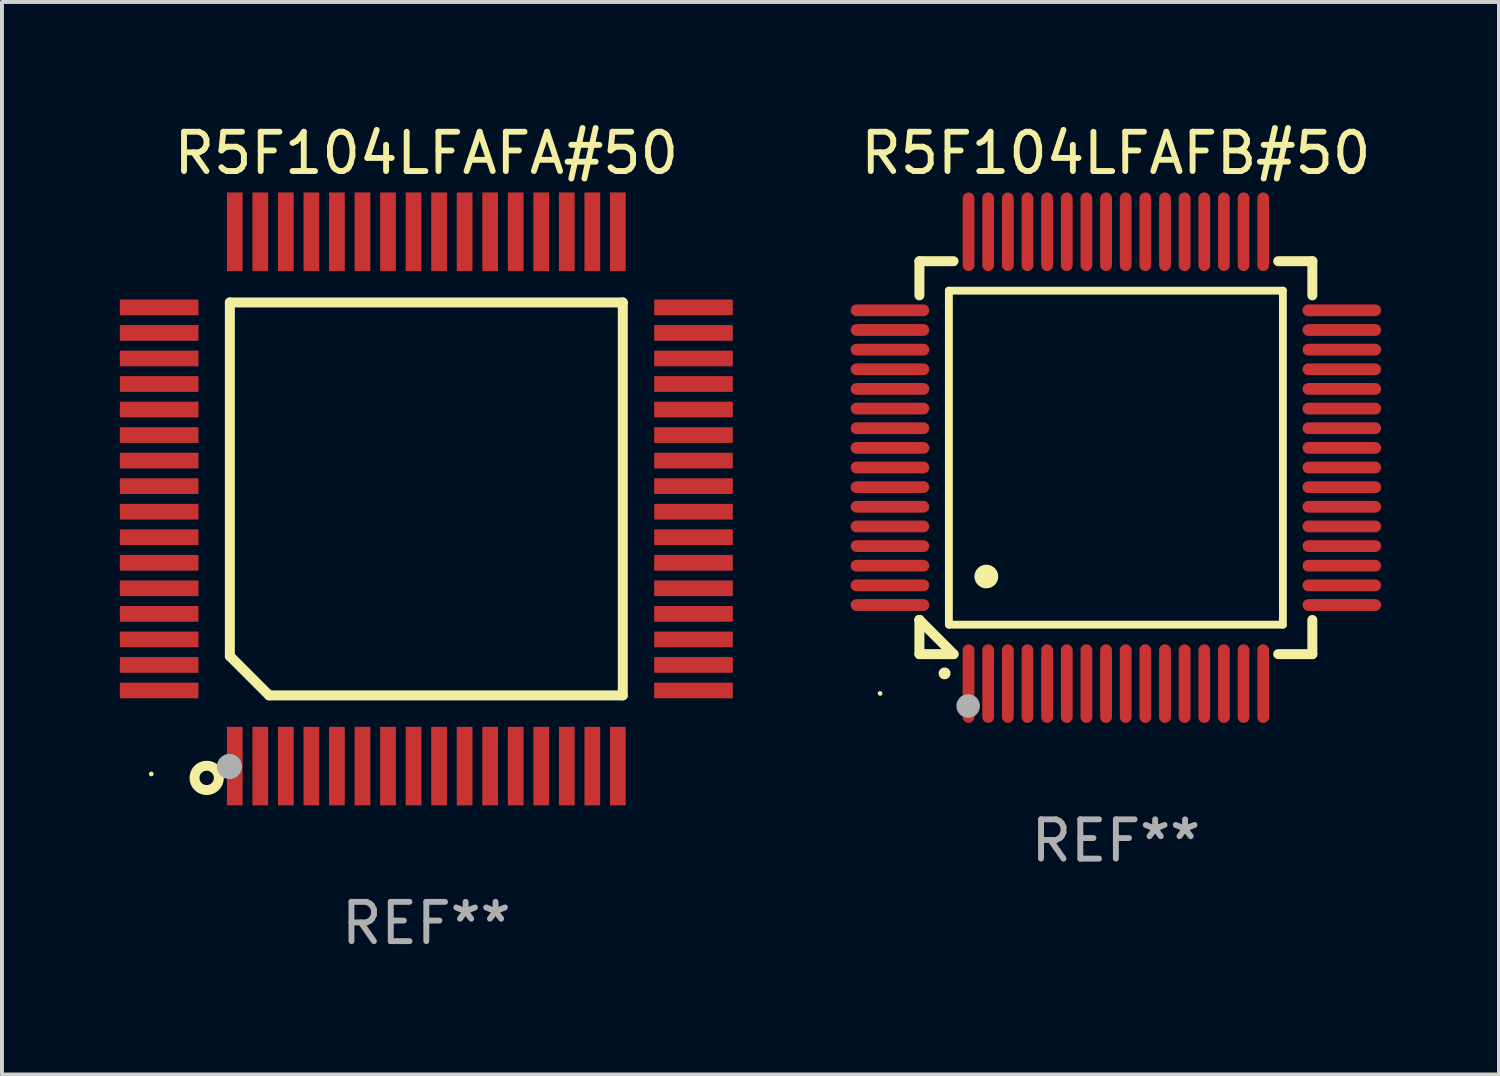
<source format=kicad_pcb>
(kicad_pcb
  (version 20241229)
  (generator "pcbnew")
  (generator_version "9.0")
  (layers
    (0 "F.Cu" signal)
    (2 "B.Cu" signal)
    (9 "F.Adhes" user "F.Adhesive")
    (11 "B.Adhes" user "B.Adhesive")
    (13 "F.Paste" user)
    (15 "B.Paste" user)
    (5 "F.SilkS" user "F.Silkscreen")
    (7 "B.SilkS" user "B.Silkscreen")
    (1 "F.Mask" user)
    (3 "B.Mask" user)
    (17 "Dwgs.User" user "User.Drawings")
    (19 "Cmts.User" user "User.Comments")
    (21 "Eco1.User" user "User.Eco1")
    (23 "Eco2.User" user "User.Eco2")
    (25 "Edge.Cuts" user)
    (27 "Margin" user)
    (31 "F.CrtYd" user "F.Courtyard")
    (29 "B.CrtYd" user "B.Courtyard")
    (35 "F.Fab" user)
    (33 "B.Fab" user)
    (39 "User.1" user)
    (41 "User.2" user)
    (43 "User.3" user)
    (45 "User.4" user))
  (footprint "R5F104LFAFB#50"
    (layer "F.Cu")
    (at 25.35 8.598)
    (property "Reference" "R5F104LFAFB#50" (at 0 -7.75 0) (layer "F.SilkS") (effects (font (size 1 1) (thickness 0.15))))
    (attr through_hole)
    (fp_line (start -5 -5) (end -4.131 -5) (stroke (width 0.254) (type solid)) (layer "F.SilkS"))
    (fp_line (start -5 -4.131) (end -5 -5) (stroke (width 0.254) (type solid)) (layer "F.SilkS"))
    (fp_line (start -5 4.131) (end -5 4.131) (stroke (width 0.254) (type solid)) (layer "F.SilkS"))
    (fp_line (start -5 5) (end -5 4.131) (stroke (width 0.254) (type solid)) (layer "F.SilkS"))
    (fp_line (start -5 4.131) (end -4.131 5) (stroke (width 0.254) (type solid)) (layer "F.SilkS"))
    (fp_line (start -4.25 -4.25) (end -4.25 4.25) (stroke (width 0.2) (type solid)) (layer "F.SilkS"))
    (fp_line (start -4.25 4.25) (end 4.25 4.25) (stroke (width 0.2) (type solid)) (layer "F.SilkS"))
    (fp_line (start -4.131 5) (end -5 5) (stroke (width 0.254) (type solid)) (layer "F.SilkS"))
    (fp_line (start 4.25 -4.25) (end -4.25 -4.25) (stroke (width 0.2) (type solid)) (layer "F.SilkS"))
    (fp_line (start 4.25 4.25) (end 4.25 -4.25) (stroke (width 0.2) (type solid)) (layer "F.SilkS"))
    (fp_line (start 5 -5) (end 4.131 -5) (stroke (width 0.254) (type solid)) (layer "F.SilkS"))
    (fp_line (start 5 -5) (end 5 -4.131) (stroke (width 0.254) (type solid)) (layer "F.SilkS"))
    (fp_line (start 5 4.131) (end 5 5) (stroke (width 0.254) (type solid)) (layer "F.SilkS"))
    (fp_line (start 5 5) (end 4.131 5) (stroke (width 0.254) (type solid)) (layer "F.SilkS"))
    (fp_arc (start -4.361265 5.489992) (mid -4.359995 5.489987) (end -4.358725 5.489992) (stroke (width 0.3) (type solid)) (layer "F.SilkS"))
    (fp_arc (start -3.299467 3.025146) (mid -3.296927 3.025135) (end -3.294387 3.025146) (stroke (width 0.6) (type solid)) (layer "F.SilkS"))
    (fp_circle (center -6 6) (end -5.97 6) (stroke (width 0.06) (type solid)) (fill no) (layer "F.SilkS"))
    (fp_circle (center -3.76 6.32) (end -3.61 6.32) (stroke (width 0.3) (type solid)) (fill no) (layer "F.Fab"))
    (fp_text user "REF**" (at 0 9.75 0) (layer "F.Fab") (effects (font (size 1 1) (thickness 0.15))))
    (pad "1" smd oval (at -3.75 5.75) (size 0.3 2) (layers "F.Cu" "F.Mask" "F.Paste"))
    (pad "2" smd oval (at -3.25 5.75) (size 0.3 2) (layers "F.Cu" "F.Mask" "F.Paste"))
    (pad "3" smd oval (at -2.75 5.75) (size 0.3 2) (layers "F.Cu" "F.Mask" "F.Paste"))
    (pad "4" smd oval (at -2.25 5.75) (size 0.3 2) (layers "F.Cu" "F.Mask" "F.Paste"))
    (pad "5" smd oval (at -1.75 5.75) (size 0.3 2) (layers "F.Cu" "F.Mask" "F.Paste"))
    (pad "6" smd oval (at -1.25 5.75) (size 0.3 2) (layers "F.Cu" "F.Mask" "F.Paste"))
    (pad "7" smd oval (at -0.75 5.75) (size 0.3 2) (layers "F.Cu" "F.Mask" "F.Paste"))
    (pad "8" smd oval (at -0.25 5.75) (size 0.3 2) (layers "F.Cu" "F.Mask" "F.Paste"))
    (pad "9" smd oval (at 0.25 5.75) (size 0.3 2) (layers "F.Cu" "F.Mask" "F.Paste"))
    (pad "10" smd oval (at 0.75 5.75) (size 0.3 2) (layers "F.Cu" "F.Mask" "F.Paste"))
    (pad "11" smd oval (at 1.25 5.75) (size 0.3 2) (layers "F.Cu" "F.Mask" "F.Paste"))
    (pad "12" smd oval (at 1.75 5.75) (size 0.3 2) (layers "F.Cu" "F.Mask" "F.Paste"))
    (pad "13" smd oval (at 2.25 5.75) (size 0.3 2) (layers "F.Cu" "F.Mask" "F.Paste"))
    (pad "14" smd oval (at 2.75 5.75) (size 0.3 2) (layers "F.Cu" "F.Mask" "F.Paste"))
    (pad "15" smd oval (at 3.25 5.75) (size 0.3 2) (layers "F.Cu" "F.Mask" "F.Paste"))
    (pad "16" smd oval (at 3.75 5.75) (size 0.3 2) (layers "F.Cu" "F.Mask" "F.Paste"))
    (pad "17" smd oval (at 5.75 3.75) (size 2 0.3) (layers "F.Cu" "F.Mask" "F.Paste"))
    (pad "18" smd oval (at 5.75 3.25) (size 2 0.3) (layers "F.Cu" "F.Mask" "F.Paste"))
    (pad "19" smd oval (at 5.75 2.75) (size 2 0.3) (layers "F.Cu" "F.Mask" "F.Paste"))
    (pad "20" smd oval (at 5.75 2.25) (size 2 0.3) (layers "F.Cu" "F.Mask" "F.Paste"))
    (pad "21" smd oval (at 5.75 1.75) (size 2 0.3) (layers "F.Cu" "F.Mask" "F.Paste"))
    (pad "22" smd oval (at 5.75 1.25) (size 2 0.3) (layers "F.Cu" "F.Mask" "F.Paste"))
    (pad "23" smd oval (at 5.75 0.75) (size 2 0.3) (layers "F.Cu" "F.Mask" "F.Paste"))
    (pad "24" smd oval (at 5.75 0.25) (size 2 0.3) (layers "F.Cu" "F.Mask" "F.Paste"))
    (pad "25" smd oval (at 5.75 -0.25) (size 2 0.3) (layers "F.Cu" "F.Mask" "F.Paste"))
    (pad "26" smd oval (at 5.75 -0.75) (size 2 0.3) (layers "F.Cu" "F.Mask" "F.Paste"))
    (pad "27" smd oval (at 5.75 -1.25) (size 2 0.3) (layers "F.Cu" "F.Mask" "F.Paste"))
    (pad "28" smd oval (at 5.75 -1.75) (size 2 0.3) (layers "F.Cu" "F.Mask" "F.Paste"))
    (pad "29" smd oval (at 5.75 -2.25) (size 2 0.3) (layers "F.Cu" "F.Mask" "F.Paste"))
    (pad "30" smd oval (at 5.75 -2.75) (size 2 0.3) (layers "F.Cu" "F.Mask" "F.Paste"))
    (pad "31" smd oval (at 5.75 -3.25) (size 2 0.3) (layers "F.Cu" "F.Mask" "F.Paste"))
    (pad "32" smd oval (at 5.75 -3.75) (size 2 0.3) (layers "F.Cu" "F.Mask" "F.Paste"))
    (pad "33" smd oval (at 3.75 -5.75) (size 0.3 2) (layers "F.Cu" "F.Mask" "F.Paste"))
    (pad "34" smd oval (at 3.25 -5.75) (size 0.3 2) (layers "F.Cu" "F.Mask" "F.Paste"))
    (pad "35" smd oval (at 2.75 -5.75) (size 0.3 2) (layers "F.Cu" "F.Mask" "F.Paste"))
    (pad "36" smd oval (at 2.25 -5.75) (size 0.3 2) (layers "F.Cu" "F.Mask" "F.Paste"))
    (pad "37" smd oval (at 1.75 -5.75) (size 0.3 2) (layers "F.Cu" "F.Mask" "F.Paste"))
    (pad "38" smd oval (at 1.25 -5.75) (size 0.3 2) (layers "F.Cu" "F.Mask" "F.Paste"))
    (pad "39" smd oval (at 0.75 -5.75) (size 0.3 2) (layers "F.Cu" "F.Mask" "F.Paste"))
    (pad "40" smd oval (at 0.25 -5.75) (size 0.3 2) (layers "F.Cu" "F.Mask" "F.Paste"))
    (pad "41" smd oval (at -0.25 -5.75) (size 0.3 2) (layers "F.Cu" "F.Mask" "F.Paste"))
    (pad "42" smd oval (at -0.75 -5.75) (size 0.3 2) (layers "F.Cu" "F.Mask" "F.Paste"))
    (pad "43" smd oval (at -1.25 -5.75) (size 0.3 2) (layers "F.Cu" "F.Mask" "F.Paste"))
    (pad "44" smd oval (at -1.75 -5.75) (size 0.3 2) (layers "F.Cu" "F.Mask" "F.Paste"))
    (pad "45" smd oval (at -2.25 -5.75) (size 0.3 2) (layers "F.Cu" "F.Mask" "F.Paste"))
    (pad "46" smd oval (at -2.75 -5.75) (size 0.3 2) (layers "F.Cu" "F.Mask" "F.Paste"))
    (pad "47" smd oval (at -3.25 -5.75) (size 0.3 2) (layers "F.Cu" "F.Mask" "F.Paste"))
    (pad "48" smd oval (at -3.75 -5.75) (size 0.3 2) (layers "F.Cu" "F.Mask" "F.Paste"))
    (pad "49" smd oval (at -5.75 -3.75) (size 2 0.3) (layers "F.Cu" "F.Mask" "F.Paste"))
    (pad "50" smd oval (at -5.75 -3.25) (size 2 0.3) (layers "F.Cu" "F.Mask" "F.Paste"))
    (pad "51" smd oval (at -5.75 -2.75) (size 2 0.3) (layers "F.Cu" "F.Mask" "F.Paste"))
    (pad "52" smd oval (at -5.75 -2.25) (size 2 0.3) (layers "F.Cu" "F.Mask" "F.Paste"))
    (pad "53" smd oval (at -5.75 -1.75) (size 2 0.3) (layers "F.Cu" "F.Mask" "F.Paste"))
    (pad "54" smd oval (at -5.75 -1.25) (size 2 0.3) (layers "F.Cu" "F.Mask" "F.Paste"))
    (pad "55" smd oval (at -5.75 -0.75) (size 2 0.3) (layers "F.Cu" "F.Mask" "F.Paste"))
    (pad "56" smd oval (at -5.75 -0.25) (size 2 0.3) (layers "F.Cu" "F.Mask" "F.Paste"))
    (pad "57" smd oval (at -5.75 0.25) (size 2 0.3) (layers "F.Cu" "F.Mask" "F.Paste"))
    (pad "58" smd oval (at -5.75 0.75) (size 2 0.3) (layers "F.Cu" "F.Mask" "F.Paste"))
    (pad "59" smd oval (at -5.75 1.25) (size 2 0.3) (layers "F.Cu" "F.Mask" "F.Paste"))
    (pad "60" smd oval (at -5.75 1.75) (size 2 0.3) (layers "F.Cu" "F.Mask" "F.Paste"))
    (pad "61" smd oval (at -5.75 2.25) (size 2 0.3) (layers "F.Cu" "F.Mask" "F.Paste"))
    (pad "62" smd oval (at -5.75 2.75) (size 2 0.3) (layers "F.Cu" "F.Mask" "F.Paste"))
    (pad "63" smd oval (at -5.75 3.25) (size 2 0.3) (layers "F.Cu" "F.Mask" "F.Paste"))
    (pad "64" smd oval (at -5.75 3.75) (size 2 0.3) (layers "F.Cu" "F.Mask" "F.Paste")))
  (footprint "R5F104LFAFA#50"
    (layer "F.Cu")
    (at 7.8 9.648)
    (property "Reference" "R5F104LFAFA#50" (at 0 -8.8 0) (layer "F.SilkS") (effects (font (size 1 1) (thickness 0.15))))
    (attr through_hole)
    (fp_line (start -5 -5) (end 5 -5) (stroke (width 0.254) (type solid)) (layer "F.SilkS"))
    (fp_line (start -5 4) (end -5 -5) (stroke (width 0.254) (type solid)) (layer "F.SilkS"))
    (fp_line (start -4 5) (end -5 4) (stroke (width 0.254) (type solid)) (layer "F.SilkS"))
    (fp_line (start 5 -5) (end 5 5) (stroke (width 0.254) (type solid)) (layer "F.SilkS"))
    (fp_line (start 5 5) (end -4 5) (stroke (width 0.254) (type solid)) (layer "F.SilkS"))
    (fp_circle (center -7 7) (end -6.97 7) (stroke (width 0.06) (type solid)) (fill no) (layer "F.SilkS"))
    (fp_circle (center -5.59 7.1) (end -5.28 7.1) (stroke (width 0.254) (type solid)) (fill no) (layer "F.SilkS"))
    (fp_circle (center -5.01 6.81) (end -4.85 6.81) (stroke (width 0.32) (type solid)) (fill no) (layer "F.Fab"))
    (fp_text user "REF**" (at 0 10.8 0) (layer "F.Fab") (effects (font (size 1 1) (thickness 0.15))))
    (pad "1" smd rect (at -4.875 6.8) (size 0.4 2) (layers "F.Cu" "F.Mask" "F.Paste"))
    (pad "2" smd rect (at -4.225 6.8) (size 0.4 2) (layers "F.Cu" "F.Mask" "F.Paste"))
    (pad "3" smd rect (at -3.575 6.8) (size 0.4 2) (layers "F.Cu" "F.Mask" "F.Paste"))
    (pad "4" smd rect (at -2.925 6.8) (size 0.4 2) (layers "F.Cu" "F.Mask" "F.Paste"))
    (pad "5" smd rect (at -2.275 6.8) (size 0.4 2) (layers "F.Cu" "F.Mask" "F.Paste"))
    (pad "6" smd rect (at -1.625 6.8) (size 0.4 2) (layers "F.Cu" "F.Mask" "F.Paste"))
    (pad "7" smd rect (at -0.975 6.8) (size 0.4 2) (layers "F.Cu" "F.Mask" "F.Paste"))
    (pad "8" smd rect (at -0.325 6.8) (size 0.4 2) (layers "F.Cu" "F.Mask" "F.Paste"))
    (pad "9" smd rect (at 0.325 6.8) (size 0.4 2) (layers "F.Cu" "F.Mask" "F.Paste"))
    (pad "10" smd rect (at 0.975 6.8) (size 0.4 2) (layers "F.Cu" "F.Mask" "F.Paste"))
    (pad "11" smd rect (at 1.625 6.8) (size 0.4 2) (layers "F.Cu" "F.Mask" "F.Paste"))
    (pad "12" smd rect (at 2.275 6.8) (size 0.4 2) (layers "F.Cu" "F.Mask" "F.Paste"))
    (pad "13" smd rect (at 2.925 6.8) (size 0.4 2) (layers "F.Cu" "F.Mask" "F.Paste"))
    (pad "14" smd rect (at 3.575 6.8) (size 0.4 2) (layers "F.Cu" "F.Mask" "F.Paste"))
    (pad "15" smd rect (at 4.225 6.8) (size 0.4 2) (layers "F.Cu" "F.Mask" "F.Paste"))
    (pad "16" smd rect (at 4.875 6.8) (size 0.4 2) (layers "F.Cu" "F.Mask" "F.Paste"))
    (pad "17" smd rect (at 6.8 4.875) (size 2 0.4) (layers "F.Cu" "F.Mask" "F.Paste"))
    (pad "18" smd rect (at 6.8 4.225) (size 2 0.4) (layers "F.Cu" "F.Mask" "F.Paste"))
    (pad "19" smd rect (at 6.8 3.575) (size 2 0.4) (layers "F.Cu" "F.Mask" "F.Paste"))
    (pad "20" smd rect (at 6.8 2.925) (size 2 0.4) (layers "F.Cu" "F.Mask" "F.Paste"))
    (pad "21" smd rect (at 6.8 2.275) (size 2 0.4) (layers "F.Cu" "F.Mask" "F.Paste"))
    (pad "22" smd rect (at 6.8 1.625) (size 2 0.4) (layers "F.Cu" "F.Mask" "F.Paste"))
    (pad "23" smd rect (at 6.8 0.975) (size 2 0.4) (layers "F.Cu" "F.Mask" "F.Paste"))
    (pad "24" smd rect (at 6.8 0.325) (size 2 0.4) (layers "F.Cu" "F.Mask" "F.Paste"))
    (pad "25" smd rect (at 6.8 -0.325) (size 2 0.4) (layers "F.Cu" "F.Mask" "F.Paste"))
    (pad "26" smd rect (at 6.8 -0.975) (size 2 0.4) (layers "F.Cu" "F.Mask" "F.Paste"))
    (pad "27" smd rect (at 6.8 -1.625) (size 2 0.4) (layers "F.Cu" "F.Mask" "F.Paste"))
    (pad "28" smd rect (at 6.8 -2.275) (size 2 0.4) (layers "F.Cu" "F.Mask" "F.Paste"))
    (pad "29" smd rect (at 6.8 -2.925) (size 2 0.4) (layers "F.Cu" "F.Mask" "F.Paste"))
    (pad "30" smd rect (at 6.8 -3.575) (size 2 0.4) (layers "F.Cu" "F.Mask" "F.Paste"))
    (pad "31" smd rect (at 6.8 -4.225) (size 2 0.4) (layers "F.Cu" "F.Mask" "F.Paste"))
    (pad "32" smd rect (at 6.8 -4.875) (size 2 0.4) (layers "F.Cu" "F.Mask" "F.Paste"))
    (pad "33" smd rect (at 4.875 -6.8) (size 0.4 2) (layers "F.Cu" "F.Mask" "F.Paste"))
    (pad "34" smd rect (at 4.225 -6.8) (size 0.4 2) (layers "F.Cu" "F.Mask" "F.Paste"))
    (pad "35" smd rect (at 3.575 -6.8) (size 0.4 2) (layers "F.Cu" "F.Mask" "F.Paste"))
    (pad "36" smd rect (at 2.925 -6.8) (size 0.4 2) (layers "F.Cu" "F.Mask" "F.Paste"))
    (pad "37" smd rect (at 2.275 -6.8) (size 0.4 2) (layers "F.Cu" "F.Mask" "F.Paste"))
    (pad "38" smd rect (at 1.625 -6.8) (size 0.4 2) (layers "F.Cu" "F.Mask" "F.Paste"))
    (pad "39" smd rect (at 0.975 -6.8) (size 0.4 2) (layers "F.Cu" "F.Mask" "F.Paste"))
    (pad "40" smd rect (at 0.325 -6.8) (size 0.4 2) (layers "F.Cu" "F.Mask" "F.Paste"))
    (pad "41" smd rect (at -0.325 -6.8) (size 0.4 2) (layers "F.Cu" "F.Mask" "F.Paste"))
    (pad "42" smd rect (at -0.975 -6.8) (size 0.4 2) (layers "F.Cu" "F.Mask" "F.Paste"))
    (pad "43" smd rect (at -1.625 -6.8) (size 0.4 2) (layers "F.Cu" "F.Mask" "F.Paste"))
    (pad "44" smd rect (at -2.275 -6.8) (size 0.4 2) (layers "F.Cu" "F.Mask" "F.Paste"))
    (pad "45" smd rect (at -2.925 -6.8) (size 0.4 2) (layers "F.Cu" "F.Mask" "F.Paste"))
    (pad "46" smd rect (at -3.575 -6.8) (size 0.4 2) (layers "F.Cu" "F.Mask" "F.Paste"))
    (pad "47" smd rect (at -4.225 -6.8) (size 0.4 2) (layers "F.Cu" "F.Mask" "F.Paste"))
    (pad "48" smd rect (at -4.875 -6.8) (size 0.4 2) (layers "F.Cu" "F.Mask" "F.Paste"))
    (pad "49" smd rect (at -6.8 -4.875) (size 2 0.4) (layers "F.Cu" "F.Mask" "F.Paste"))
    (pad "50" smd rect (at -6.8 -4.225) (size 2 0.4) (layers "F.Cu" "F.Mask" "F.Paste"))
    (pad "51" smd rect (at -6.8 -3.575) (size 2 0.4) (layers "F.Cu" "F.Mask" "F.Paste"))
    (pad "52" smd rect (at -6.8 -2.925) (size 2 0.4) (layers "F.Cu" "F.Mask" "F.Paste"))
    (pad "53" smd rect (at -6.8 -2.275) (size 2 0.4) (layers "F.Cu" "F.Mask" "F.Paste"))
    (pad "54" smd rect (at -6.8 -1.625) (size 2 0.4) (layers "F.Cu" "F.Mask" "F.Paste"))
    (pad "55" smd rect (at -6.8 -0.975) (size 2 0.4) (layers "F.Cu" "F.Mask" "F.Paste"))
    (pad "56" smd rect (at -6.8 -0.325) (size 2 0.4) (layers "F.Cu" "F.Mask" "F.Paste"))
    (pad "57" smd rect (at -6.8 0.325) (size 2 0.4) (layers "F.Cu" "F.Mask" "F.Paste"))
    (pad "58" smd rect (at -6.8 0.975) (size 2 0.4) (layers "F.Cu" "F.Mask" "F.Paste"))
    (pad "59" smd rect (at -6.8 1.625) (size 2 0.4) (layers "F.Cu" "F.Mask" "F.Paste"))
    (pad "60" smd rect (at -6.8 2.275) (size 2 0.4) (layers "F.Cu" "F.Mask" "F.Paste"))
    (pad "61" smd rect (at -6.8 2.925) (size 2 0.4) (layers "F.Cu" "F.Mask" "F.Paste"))
    (pad "62" smd rect (at -6.8 3.575) (size 2 0.4) (layers "F.Cu" "F.Mask" "F.Paste"))
    (pad "63" smd rect (at -6.8 4.225) (size 2 0.4) (layers "F.Cu" "F.Mask" "F.Paste"))
    (pad "64" smd rect (at -6.8 4.875) (size 2 0.4) (layers "F.Cu" "F.Mask" "F.Paste")))
  (gr_rect
    (start -3 -3)
    (end 35.1 24.297)
    (stroke (width 0.1) (type default))
    (fill no)
    (layer "Edge.Cuts")))
</source>
